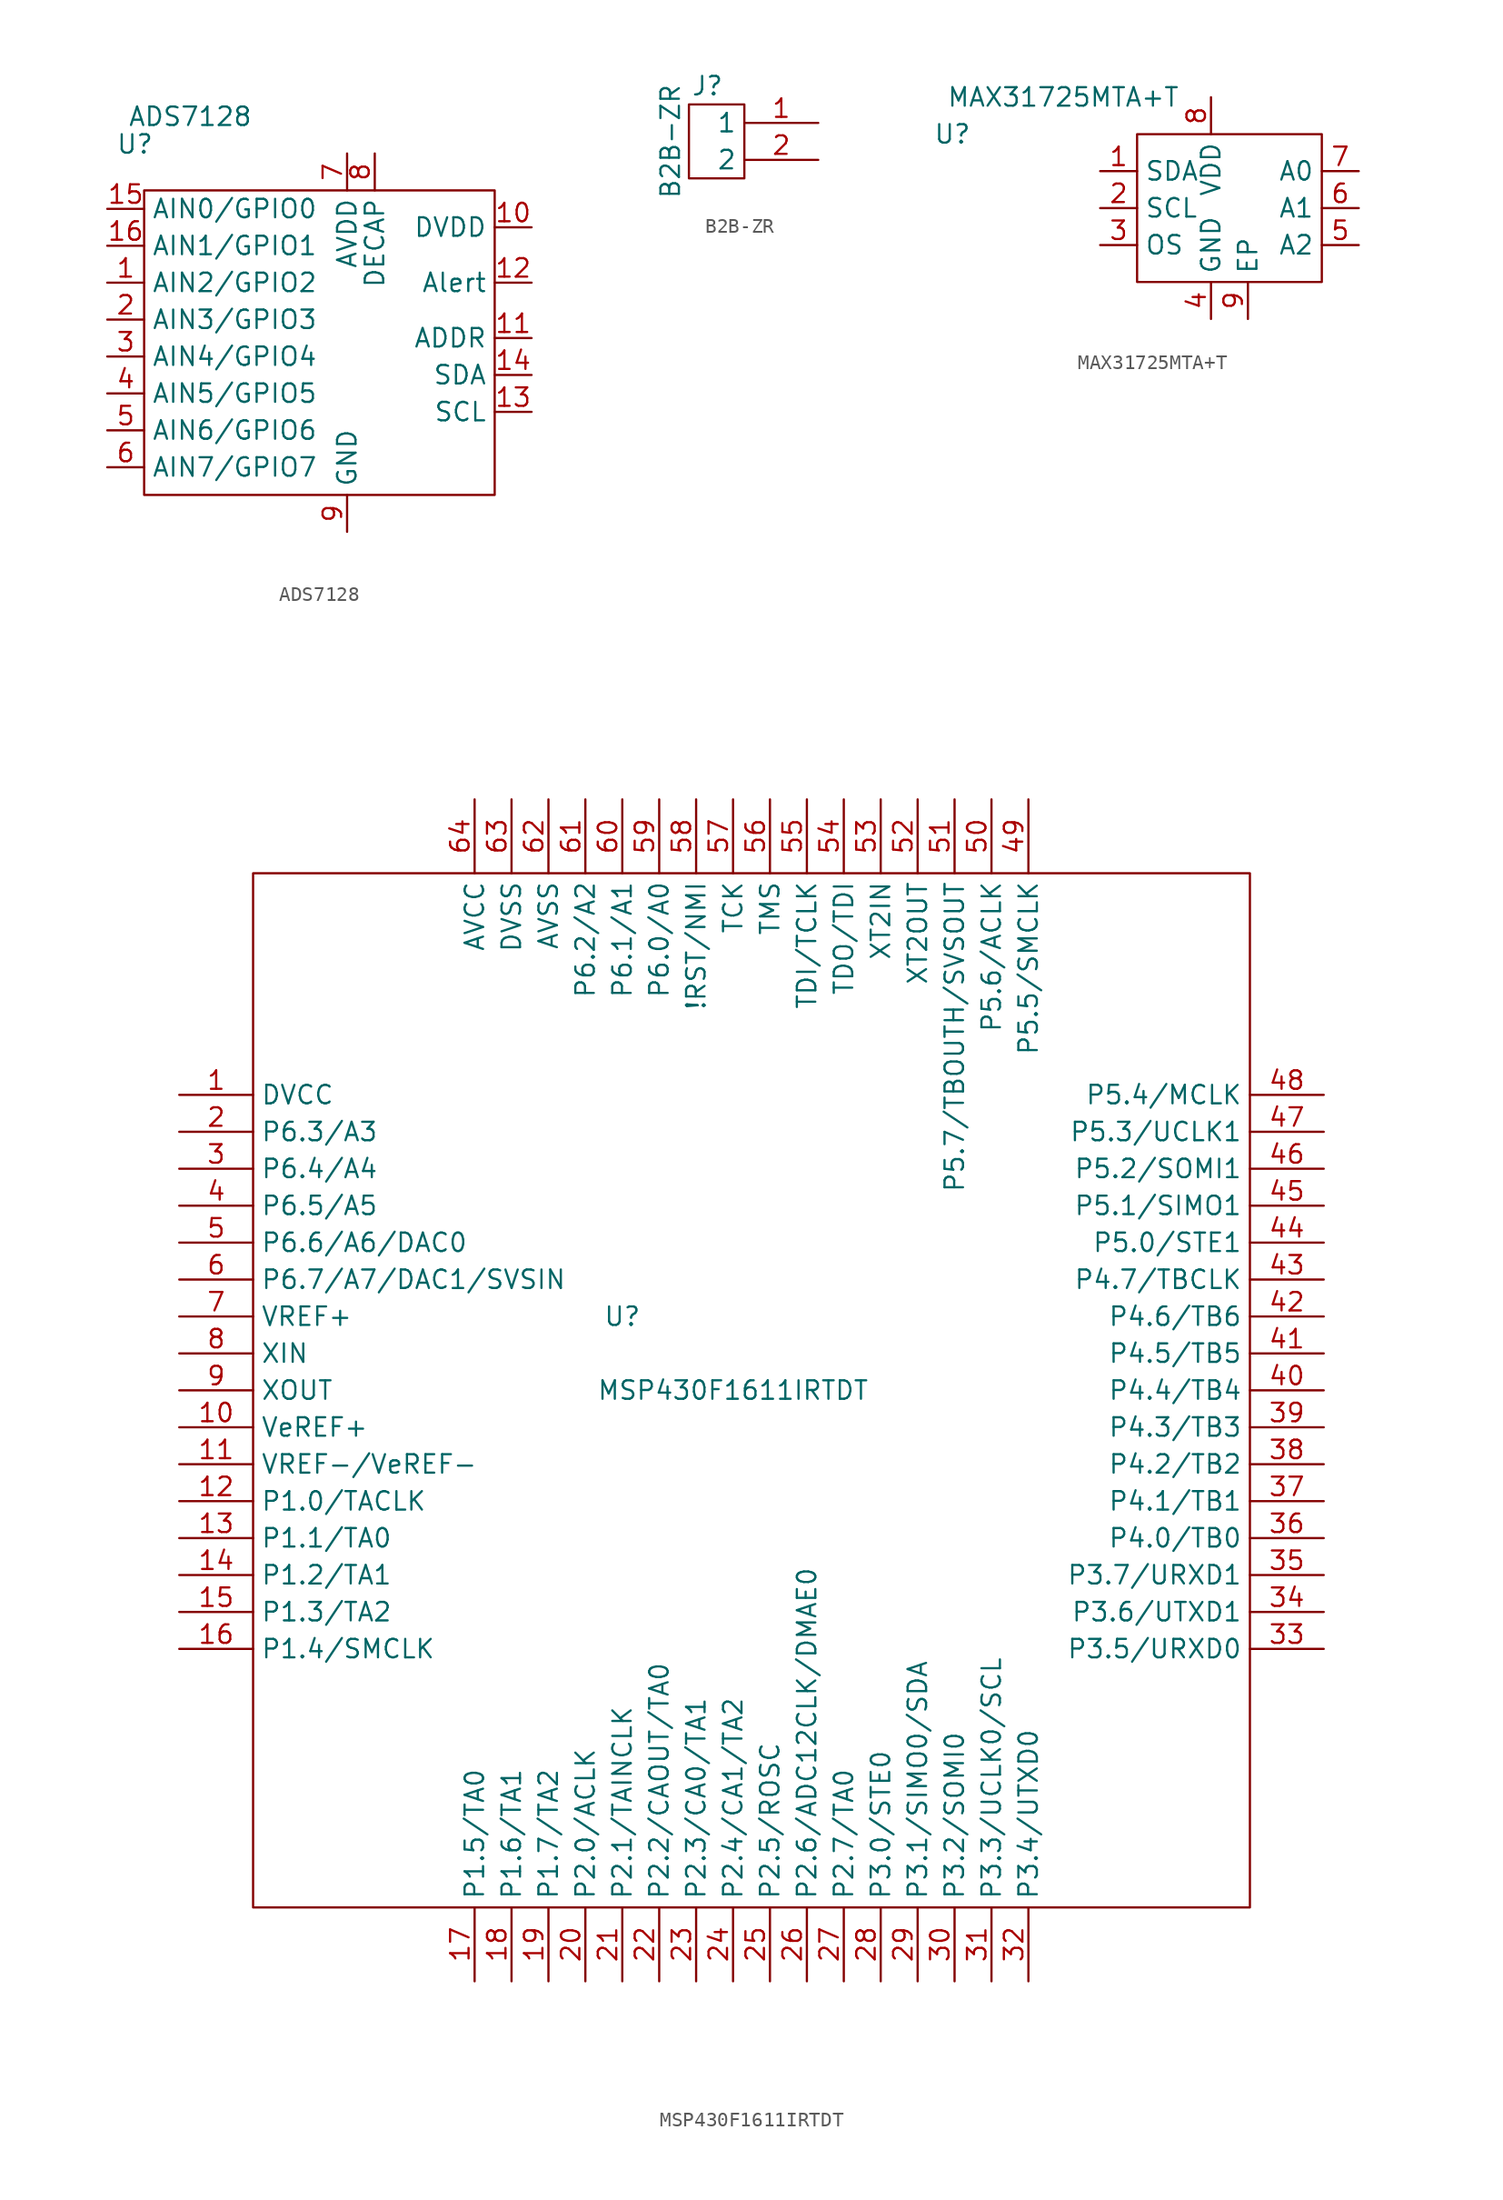
<source format=kicad_sym>
(kicad_symbol_lib
  (version 20211014)
  (generator kicad_symbol_editor)
  (symbol "ADS7128"
    (property "Reference" "U"
      (at -13.335 4.445 0)
      (effects (font (size 1.27 1.27))))
    (property "Value" "ADS7128"
      (at -9.525 6.35 0)
      (effects (font (size 1.27 1.27))))
    (symbol "ADS7128_0_1"
      (rectangle (start -12.7 1.27) (end 11.43 -19.685) (stroke (width 0) (type default) (color 0 0 0 0)) (fill (type none))))
    (symbol "ADS7128_1_1"
      (pin input line (at -15.24 -5.08 0) (length 2.54) (name "AIN2/GPIO2" (effects (font (size 1.27 1.27)))) (number "1" (effects (font (size 1.27 1.27)))))
      (pin power_in line (at 13.97 -1.27 180) (length 2.54) (name "DVDD" (effects (font (size 1.27 1.27)))) (number "10" (effects (font (size 1.27 1.27)))))
      (pin power_in line (at 13.97 -8.89 180) (length 2.54) (name "ADDR" (effects (font (size 1.27 1.27)))) (number "11" (effects (font (size 1.27 1.27)))))
      (pin output line (at 13.97 -5.08 180) (length 2.54) (name "Alert" (effects (font (size 1.27 1.27)))) (number "12" (effects (font (size 1.27 1.27)))))
      (pin bidirectional line (at 13.97 -13.97 180) (length 2.54) (name "SCL" (effects (font (size 1.27 1.27)))) (number "13" (effects (font (size 1.27 1.27)))))
      (pin bidirectional line (at 13.97 -11.43 180) (length 2.54) (name "SDA" (effects (font (size 1.27 1.27)))) (number "14" (effects (font (size 1.27 1.27)))))
      (pin input line (at -15.24 0 0) (length 2.54) (name "AIN0/GPIO0" (effects (font (size 1.27 1.27)))) (number "15" (effects (font (size 1.27 1.27)))))
      (pin input line (at -15.24 -2.54 0) (length 2.54) (name "AIN1/GPIO1" (effects (font (size 1.27 1.27)))) (number "16" (effects (font (size 1.27 1.27)))))
      (pin input line (at -15.24 -7.62 0) (length 2.54) (name "AIN3/GPIO3" (effects (font (size 1.27 1.27)))) (number "2" (effects (font (size 1.27 1.27)))))
      (pin input line (at -15.24 -10.16 0) (length 2.54) (name "AIN4/GPIO4" (effects (font (size 1.27 1.27)))) (number "3" (effects (font (size 1.27 1.27)))))
      (pin input line (at -15.24 -12.7 0) (length 2.54) (name "AIN5/GPIO5" (effects (font (size 1.27 1.27)))) (number "4" (effects (font (size 1.27 1.27)))))
      (pin input line (at -15.24 -15.24 0) (length 2.54) (name "AIN6/GPIO6" (effects (font (size 1.27 1.27)))) (number "5" (effects (font (size 1.27 1.27)))))
      (pin input line (at -15.24 -17.78 0) (length 2.54) (name "AIN7/GPIO7" (effects (font (size 1.27 1.27)))) (number "6" (effects (font (size 1.27 1.27)))))
      (pin power_in line (at 1.27 3.81 270) (length 2.54) (name "AVDD" (effects (font (size 1.27 1.27)))) (number "7" (effects (font (size 1.27 1.27)))))
      (pin power_in line (at 3.175 3.81 270) (length 2.54) (name "DECAP" (effects (font (size 1.27 1.27)))) (number "8" (effects (font (size 1.27 1.27)))))
      (pin power_in line (at 1.27 -22.225 90) (length 2.54) (name "GND" (effects (font (size 1.27 1.27)))) (number "9" (effects (font (size 1.27 1.27)))))))
  (symbol "B2B-ZR"
    (property "Reference" "J"
      (at -2.54 2.54 0)
      (effects (font (size 1.27 1.27))))
    (property "Value" "B2B-ZR"
      (at -5.08 -1.27 90)
      (effects (font (size 1.27 1.27))))
    (symbol "B2B-ZR_0_1"
      (rectangle (start -3.81 1.27) (end 0 -3.81) (stroke (width 0) (type default) (color 0 0 0 0)) (fill (type none))))
    (symbol "B2B-ZR_1_1"
      (pin input line (at 5.08 0 180) (length 5.08) (name "1" (effects (font (size 1.27 1.27)))) (number "1" (effects (font (size 1.27 1.27)))))
      (pin input line (at 5.08 -2.54 180) (length 5.08) (name "2" (effects (font (size 1.27 1.27)))) (number "2" (effects (font (size 1.27 1.27)))))))
  (symbol "MAX31725MTA+T"
    (property "Reference" "U"
      (at -17.78 0 0)
      (effects (font (size 1.27 1.27))))
    (property "Value" "MAX31725MTA+T"
      (at -10.16 2.54 0)
      (effects (font (size 1.27 1.27))))
    (symbol "MAX31725MTA+T_0_1"
      (rectangle (start -5.08 0) (end 7.62 -10.16) (stroke (width 0) (type default) (color 0 0 0 0)) (fill (type none))))
    (symbol "MAX31725MTA+T_1_1"
      (pin bidirectional line (at -7.62 -2.54 0) (length 2.54) (name "SDA" (effects (font (size 1.27 1.27)))) (number "1" (effects (font (size 1.27 1.27)))))
      (pin input line (at -7.62 -5.08 0) (length 2.54) (name "SCL" (effects (font (size 1.27 1.27)))) (number "2" (effects (font (size 1.27 1.27)))))
      (pin input line (at -7.62 -7.62 0) (length 2.54) (name "OS" (effects (font (size 1.27 1.27)))) (number "3" (effects (font (size 1.27 1.27)))))
      (pin power_in line (at 0 -12.7 90) (length 2.54) (name "GND" (effects (font (size 1.27 1.27)))) (number "4" (effects (font (size 1.27 1.27)))))
      (pin input line (at 10.16 -7.62 180) (length 2.54) (name "A2" (effects (font (size 1.27 1.27)))) (number "5" (effects (font (size 1.27 1.27)))))
      (pin input line (at 10.16 -5.08 180) (length 2.54) (name "A1" (effects (font (size 1.27 1.27)))) (number "6" (effects (font (size 1.27 1.27)))))
      (pin input line (at 10.16 -2.54 180) (length 2.54) (name "A0" (effects (font (size 1.27 1.27)))) (number "7" (effects (font (size 1.27 1.27)))))
      (pin input line (at 0 2.54 270) (length 2.54) (name "VDD" (effects (font (size 1.27 1.27)))) (number "8" (effects (font (size 1.27 1.27)))))
      (pin power_in line (at 2.54 -12.7 90) (length 2.54) (name "EP" (effects (font (size 1.27 1.27)))) (number "9" (effects (font (size 1.27 1.27)))))))
  (symbol "MSP430F1611IRTDT"
    (property "Reference" "U"
      (at -7.62 2.54 0)
      (effects (font (size 1.27 1.27))))
    (property "Value" "MSP430F1611IRTDT"
      (at 0 -2.54 0)
      (effects (font (size 1.27 1.27))))
    (symbol "MSP430F1611IRTDT_0_1"
      (polyline (pts (xy -33.02 33.02) (xy -33.02 -38.1) (xy 35.56 -38.1) (xy 35.56 33.02) (xy -33.02 33.02)) (stroke (width 0) (type default) (color 0 0 0 0)) (fill (type none))))
    (symbol "MSP430F1611IRTDT_1_1"
      (pin power_in line (at -38.1 17.78 0) (length 5.08) (name "DVCC" (effects (font (size 1.27 1.27)))) (number "1" (effects (font (size 1.27 1.27)))))
      (pin power_in line (at -38.1 -5.08 0) (length 5.08) (name "VeREF+" (effects (font (size 1.27 1.27)))) (number "10" (effects (font (size 1.27 1.27)))))
      (pin power_in line (at -38.1 -7.62 0) (length 5.08) (name "VREF-/VeREF-" (effects (font (size 1.27 1.27)))) (number "11" (effects (font (size 1.27 1.27)))))
      (pin tri_state line (at -38.1 -10.16 0) (length 5.08) (name "P1.0/TACLK" (effects (font (size 1.27 1.27)))) (number "12" (effects (font (size 1.27 1.27)))))
      (pin tri_state line (at -38.1 -12.7 0) (length 5.08) (name "P1.1/TA0" (effects (font (size 1.27 1.27)))) (number "13" (effects (font (size 1.27 1.27)))))
      (pin tri_state line (at -38.1 -15.24 0) (length 5.08) (name "P1.2/TA1" (effects (font (size 1.27 1.27)))) (number "14" (effects (font (size 1.27 1.27)))))
      (pin tri_state line (at -38.1 -17.78 0) (length 5.08) (name "P1.3/TA2" (effects (font (size 1.27 1.27)))) (number "15" (effects (font (size 1.27 1.27)))))
      (pin tri_state line (at -38.1 -20.32 0) (length 5.08) (name "P1.4/SMCLK" (effects (font (size 1.27 1.27)))) (number "16" (effects (font (size 1.27 1.27)))))
      (pin tri_state line (at -17.78 -43.18 90) (length 5.08) (name "P1.5/TA0" (effects (font (size 1.27 1.27)))) (number "17" (effects (font (size 1.27 1.27)))))
      (pin tri_state line (at -15.24 -43.18 90) (length 5.08) (name "P1.6/TA1" (effects (font (size 1.27 1.27)))) (number "18" (effects (font (size 1.27 1.27)))))
      (pin tri_state line (at -12.7 -43.18 90) (length 5.08) (name "P1.7/TA2" (effects (font (size 1.27 1.27)))) (number "19" (effects (font (size 1.27 1.27)))))
      (pin tri_state line (at -38.1 15.24 0) (length 5.08) (name "P6.3/A3" (effects (font (size 1.27 1.27)))) (number "2" (effects (font (size 1.27 1.27)))))
      (pin tri_state line (at -10.16 -43.18 90) (length 5.08) (name "P2.0/ACLK" (effects (font (size 1.27 1.27)))) (number "20" (effects (font (size 1.27 1.27)))))
      (pin tri_state line (at -7.62 -43.18 90) (length 5.08) (name "P2.1/TAINCLK" (effects (font (size 1.27 1.27)))) (number "21" (effects (font (size 1.27 1.27)))))
      (pin tri_state line (at -5.08 -43.18 90) (length 5.08) (name "P2.2/CAOUT/TA0" (effects (font (size 1.27 1.27)))) (number "22" (effects (font (size 1.27 1.27)))))
      (pin tri_state line (at -2.54 -43.18 90) (length 5.08) (name "P2.3/CA0/TA1" (effects (font (size 1.27 1.27)))) (number "23" (effects (font (size 1.27 1.27)))))
      (pin tri_state line (at 0 -43.18 90) (length 5.08) (name "P2.4/CA1/TA2" (effects (font (size 1.27 1.27)))) (number "24" (effects (font (size 1.27 1.27)))))
      (pin tri_state line (at 2.54 -43.18 90) (length 5.08) (name "P2.5/ROSC" (effects (font (size 1.27 1.27)))) (number "25" (effects (font (size 1.27 1.27)))))
      (pin tri_state line (at 5.08 -43.18 90) (length 5.08) (name "P2.6/ADC12CLK/DMAE0" (effects (font (size 1.27 1.27)))) (number "26" (effects (font (size 1.27 1.27)))))
      (pin tri_state line (at 7.62 -43.18 90) (length 5.08) (name "P2.7/TA0" (effects (font (size 1.27 1.27)))) (number "27" (effects (font (size 1.27 1.27)))))
      (pin tri_state line (at 10.16 -43.18 90) (length 5.08) (name "P3.0/STE0" (effects (font (size 1.27 1.27)))) (number "28" (effects (font (size 1.27 1.27)))))
      (pin tri_state line (at 12.7 -43.18 90) (length 5.08) (name "P3.1/SIMO0/SDA" (effects (font (size 1.27 1.27)))) (number "29" (effects (font (size 1.27 1.27)))))
      (pin tri_state line (at -38.1 12.7 0) (length 5.08) (name "P6.4/A4" (effects (font (size 1.27 1.27)))) (number "3" (effects (font (size 1.27 1.27)))))
      (pin tri_state line (at 15.24 -43.18 90) (length 5.08) (name "P3.2/SOMI0" (effects (font (size 1.27 1.27)))) (number "30" (effects (font (size 1.27 1.27)))))
      (pin tri_state line (at 17.78 -43.18 90) (length 5.08) (name "P3.3/UCLK0/SCL" (effects (font (size 1.27 1.27)))) (number "31" (effects (font (size 1.27 1.27)))))
      (pin tri_state line (at 20.32 -43.18 90) (length 5.08) (name "P3.4/UTXD0" (effects (font (size 1.27 1.27)))) (number "32" (effects (font (size 1.27 1.27)))))
      (pin tri_state line (at 40.64 -20.32 180) (length 5.08) (name "P3.5/URXD0" (effects (font (size 1.27 1.27)))) (number "33" (effects (font (size 1.27 1.27)))))
      (pin tri_state line (at 40.64 -17.78 180) (length 5.08) (name "P3.6/UTXD1" (effects (font (size 1.27 1.27)))) (number "34" (effects (font (size 1.27 1.27)))))
      (pin tri_state line (at 40.64 -15.24 180) (length 5.08) (name "P3.7/URXD1" (effects (font (size 1.27 1.27)))) (number "35" (effects (font (size 1.27 1.27)))))
      (pin tri_state line (at 40.64 -12.7 180) (length 5.08) (name "P4.0/TB0" (effects (font (size 1.27 1.27)))) (number "36" (effects (font (size 1.27 1.27)))))
      (pin tri_state line (at 40.64 -10.16 180) (length 5.08) (name "P4.1/TB1" (effects (font (size 1.27 1.27)))) (number "37" (effects (font (size 1.27 1.27)))))
      (pin tri_state line (at 40.64 -7.62 180) (length 5.08) (name "P4.2/TB2" (effects (font (size 1.27 1.27)))) (number "38" (effects (font (size 1.27 1.27)))))
      (pin tri_state line (at 40.64 -5.08 180) (length 5.08) (name "P4.3/TB3" (effects (font (size 1.27 1.27)))) (number "39" (effects (font (size 1.27 1.27)))))
      (pin tri_state line (at -38.1 10.16 0) (length 5.08) (name "P6.5/A5" (effects (font (size 1.27 1.27)))) (number "4" (effects (font (size 1.27 1.27)))))
      (pin tri_state line (at 40.64 -2.54 180) (length 5.08) (name "P4.4/TB4" (effects (font (size 1.27 1.27)))) (number "40" (effects (font (size 1.27 1.27)))))
      (pin tri_state line (at 40.64 0 180) (length 5.08) (name "P4.5/TB5" (effects (font (size 1.27 1.27)))) (number "41" (effects (font (size 1.27 1.27)))))
      (pin tri_state line (at 40.64 2.54 180) (length 5.08) (name "P4.6/TB6" (effects (font (size 1.27 1.27)))) (number "42" (effects (font (size 1.27 1.27)))))
      (pin tri_state line (at 40.64 5.08 180) (length 5.08) (name "P4.7/TBCLK" (effects (font (size 1.27 1.27)))) (number "43" (effects (font (size 1.27 1.27)))))
      (pin tri_state line (at 40.64 7.62 180) (length 5.08) (name "P5.0/STE1" (effects (font (size 1.27 1.27)))) (number "44" (effects (font (size 1.27 1.27)))))
      (pin tri_state line (at 40.64 10.16 180) (length 5.08) (name "P5.1/SIMO1" (effects (font (size 1.27 1.27)))) (number "45" (effects (font (size 1.27 1.27)))))
      (pin tri_state line (at 40.64 12.7 180) (length 5.08) (name "P5.2/SOMI1" (effects (font (size 1.27 1.27)))) (number "46" (effects (font (size 1.27 1.27)))))
      (pin tri_state line (at 40.64 15.24 180) (length 5.08) (name "P5.3/UCLK1" (effects (font (size 1.27 1.27)))) (number "47" (effects (font (size 1.27 1.27)))))
      (pin tri_state line (at 40.64 17.78 180) (length 5.08) (name "P5.4/MCLK" (effects (font (size 1.27 1.27)))) (number "48" (effects (font (size 1.27 1.27)))))
      (pin tri_state line (at 20.32 38.1 270) (length 5.08) (name "P5.5/SMCLK" (effects (font (size 1.27 1.27)))) (number "49" (effects (font (size 1.27 1.27)))))
      (pin tri_state line (at -38.1 7.62 0) (length 5.08) (name "P6.6/A6/DAC0" (effects (font (size 1.27 1.27)))) (number "5" (effects (font (size 1.27 1.27)))))
      (pin tri_state line (at 17.78 38.1 270) (length 5.08) (name "P5.6/ACLK" (effects (font (size 1.27 1.27)))) (number "50" (effects (font (size 1.27 1.27)))))
      (pin tri_state line (at 15.24 38.1 270) (length 5.08) (name "P5.7/TBOUTH/SVSOUT" (effects (font (size 1.27 1.27)))) (number "51" (effects (font (size 1.27 1.27)))))
      (pin passive line (at 12.7 38.1 270) (length 5.08) (name "XT2OUT" (effects (font (size 1.27 1.27)))) (number "52" (effects (font (size 1.27 1.27)))))
      (pin passive line (at 10.16 38.1 270) (length 5.08) (name "XT2IN" (effects (font (size 1.27 1.27)))) (number "53" (effects (font (size 1.27 1.27)))))
      (pin tri_state line (at 7.62 38.1 270) (length 5.08) (name "TDO/TDI" (effects (font (size 1.27 1.27)))) (number "54" (effects (font (size 1.27 1.27)))))
      (pin tri_state line (at 5.08 38.1 270) (length 5.08) (name "TDI/TCLK" (effects (font (size 1.27 1.27)))) (number "55" (effects (font (size 1.27 1.27)))))
      (pin tri_state line (at 2.54 38.1 270) (length 5.08) (name "TMS" (effects (font (size 1.27 1.27)))) (number "56" (effects (font (size 1.27 1.27)))))
      (pin tri_state line (at 0 38.1 270) (length 5.08) (name "TCK" (effects (font (size 1.27 1.27)))) (number "57" (effects (font (size 1.27 1.27)))))
      (pin tri_state line (at -2.54 38.1 270) (length 5.08) (name "!RST/NMI" (effects (font (size 1.27 1.27)))) (number "58" (effects (font (size 1.27 1.27)))))
      (pin tri_state line (at -5.08 38.1 270) (length 5.08) (name "P6.0/A0" (effects (font (size 1.27 1.27)))) (number "59" (effects (font (size 1.27 1.27)))))
      (pin tri_state line (at -38.1 5.08 0) (length 5.08) (name "P6.7/A7/DAC1/SVSIN" (effects (font (size 1.27 1.27)))) (number "6" (effects (font (size 1.27 1.27)))))
      (pin tri_state line (at -7.62 38.1 270) (length 5.08) (name "P6.1/A1" (effects (font (size 1.27 1.27)))) (number "60" (effects (font (size 1.27 1.27)))))
      (pin tri_state line (at -10.16 38.1 270) (length 5.08) (name "P6.2/A2" (effects (font (size 1.27 1.27)))) (number "61" (effects (font (size 1.27 1.27)))))
      (pin power_in line (at -12.7 38.1 270) (length 5.08) (name "AVSS" (effects (font (size 1.27 1.27)))) (number "62" (effects (font (size 1.27 1.27)))))
      (pin power_in line (at -15.24 38.1 270) (length 5.08) (name "DVSS" (effects (font (size 1.27 1.27)))) (number "63" (effects (font (size 1.27 1.27)))))
      (pin power_in line (at -17.78 38.1 270) (length 5.08) (name "AVCC" (effects (font (size 1.27 1.27)))) (number "64" (effects (font (size 1.27 1.27)))))
      (pin power_in line (at -38.1 2.54 0) (length 5.08) (name "VREF+" (effects (font (size 1.27 1.27)))) (number "7" (effects (font (size 1.27 1.27)))))
      (pin passive line (at -38.1 0 0) (length 5.08) (name "XIN" (effects (font (size 1.27 1.27)))) (number "8" (effects (font (size 1.27 1.27)))))
      (pin passive line (at -38.1 -2.54 0) (length 5.08) (name "XOUT" (effects (font (size 1.27 1.27)))) (number "9" (effects (font (size 1.27 1.27))))))))
</source>
